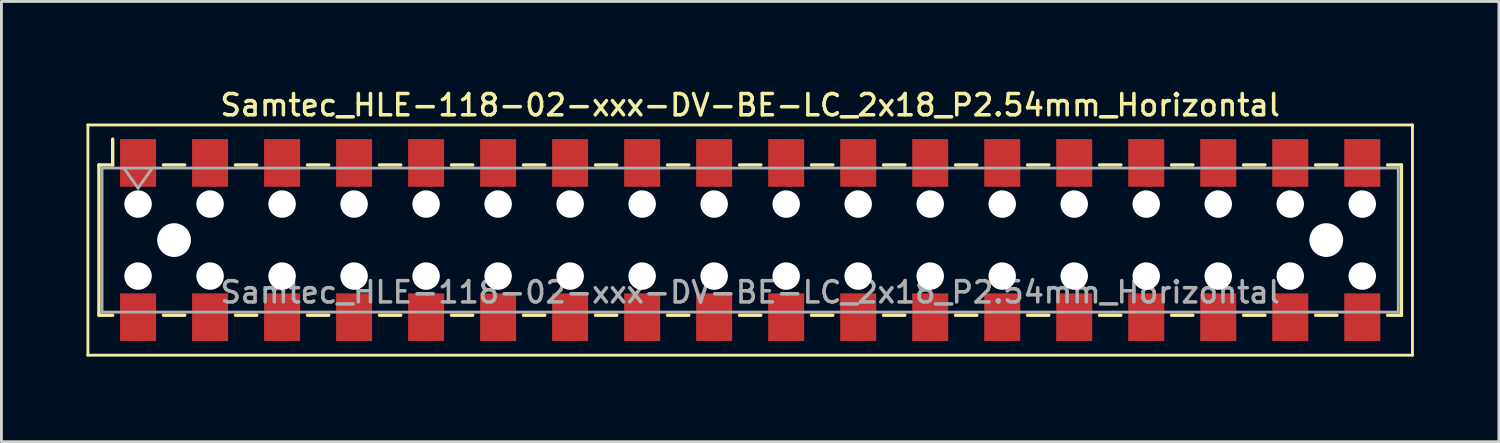
<source format=kicad_pcb>
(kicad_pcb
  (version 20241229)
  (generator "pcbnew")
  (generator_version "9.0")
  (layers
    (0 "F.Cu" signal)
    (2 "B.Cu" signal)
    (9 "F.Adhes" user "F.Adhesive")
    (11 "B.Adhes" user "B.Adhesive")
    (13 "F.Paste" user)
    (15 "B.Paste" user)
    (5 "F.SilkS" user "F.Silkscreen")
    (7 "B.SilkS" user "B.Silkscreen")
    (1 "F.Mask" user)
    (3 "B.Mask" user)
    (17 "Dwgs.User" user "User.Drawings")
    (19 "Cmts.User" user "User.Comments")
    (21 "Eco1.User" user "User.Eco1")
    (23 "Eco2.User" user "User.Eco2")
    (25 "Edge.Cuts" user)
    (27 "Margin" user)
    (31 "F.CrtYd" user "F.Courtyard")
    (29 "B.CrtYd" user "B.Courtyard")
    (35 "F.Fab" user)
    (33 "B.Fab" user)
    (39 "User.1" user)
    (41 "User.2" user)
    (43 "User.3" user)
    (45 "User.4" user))
  (footprint "Samtec_HLE-118-02-xxx-DV-BE-LC_2x18_P2.54mm_Horizontal"
    (layer "F.Cu")
    (at 23.41 5.418)
    (property "Reference" "Samtec_HLE-118-02-xxx-DV-BE-LC_2x18_P2.54mm_Horizontal" (at 0 -4.76 0) (layer "F.SilkS") (effects (font (size 0.75 0.75) (thickness 0.125))))
    (attr smd)
    (fp_line (start -23.36 -4.06) (end 23.36 -4.06) (stroke (width 0.1) (type solid)) (layer "F.SilkS"))
    (fp_line (start -23.36 4.06) (end -23.36 -4.06) (stroke (width 0.1) (type solid)) (layer "F.SilkS"))
    (fp_line (start -22.97 -2.65) (end -22.97 2.65) (stroke (width 0.12) (type solid)) (layer "F.SilkS"))
    (fp_line (start -22.97 2.65) (end -22.485 2.65) (stroke (width 0.12) (type solid)) (layer "F.SilkS"))
    (fp_line (start -22.485 -3.56) (end -22.485 -2.65) (stroke (width 0.12) (type solid)) (layer "F.SilkS"))
    (fp_line (start -22.485 -2.65) (end -22.97 -2.65) (stroke (width 0.12) (type solid)) (layer "F.SilkS"))
    (fp_line (start -20.695 -2.65) (end -19.945 -2.65) (stroke (width 0.12) (type solid)) (layer "F.SilkS"))
    (fp_line (start -20.695 2.65) (end -19.945 2.65) (stroke (width 0.12) (type solid)) (layer "F.SilkS"))
    (fp_line (start -18.155 -2.65) (end -17.405 -2.65) (stroke (width 0.12) (type solid)) (layer "F.SilkS"))
    (fp_line (start -18.155 2.65) (end -17.405 2.65) (stroke (width 0.12) (type solid)) (layer "F.SilkS"))
    (fp_line (start -15.615 -2.65) (end -14.865 -2.65) (stroke (width 0.12) (type solid)) (layer "F.SilkS"))
    (fp_line (start -15.615 2.65) (end -14.865 2.65) (stroke (width 0.12) (type solid)) (layer "F.SilkS"))
    (fp_line (start -13.075 -2.65) (end -12.325 -2.65) (stroke (width 0.12) (type solid)) (layer "F.SilkS"))
    (fp_line (start -13.075 2.65) (end -12.325 2.65) (stroke (width 0.12) (type solid)) (layer "F.SilkS"))
    (fp_line (start -10.535 -2.65) (end -9.785 -2.65) (stroke (width 0.12) (type solid)) (layer "F.SilkS"))
    (fp_line (start -10.535 2.65) (end -9.785 2.65) (stroke (width 0.12) (type solid)) (layer "F.SilkS"))
    (fp_line (start -7.995 -2.65) (end -7.245 -2.65) (stroke (width 0.12) (type solid)) (layer "F.SilkS"))
    (fp_line (start -7.995 2.65) (end -7.245 2.65) (stroke (width 0.12) (type solid)) (layer "F.SilkS"))
    (fp_line (start -5.455 -2.65) (end -4.705 -2.65) (stroke (width 0.12) (type solid)) (layer "F.SilkS"))
    (fp_line (start -5.455 2.65) (end -4.705 2.65) (stroke (width 0.12) (type solid)) (layer "F.SilkS"))
    (fp_line (start -2.915 -2.65) (end -2.165 -2.65) (stroke (width 0.12) (type solid)) (layer "F.SilkS"))
    (fp_line (start -2.915 2.65) (end -2.165 2.65) (stroke (width 0.12) (type solid)) (layer "F.SilkS"))
    (fp_line (start -0.375 -2.65) (end 0.375 -2.65) (stroke (width 0.12) (type solid)) (layer "F.SilkS"))
    (fp_line (start -0.375 2.65) (end 0.375 2.65) (stroke (width 0.12) (type solid)) (layer "F.SilkS"))
    (fp_line (start 2.165 -2.65) (end 2.915 -2.65) (stroke (width 0.12) (type solid)) (layer "F.SilkS"))
    (fp_line (start 2.165 2.65) (end 2.915 2.65) (stroke (width 0.12) (type solid)) (layer "F.SilkS"))
    (fp_line (start 4.705 -2.65) (end 5.455 -2.65) (stroke (width 0.12) (type solid)) (layer "F.SilkS"))
    (fp_line (start 4.705 2.65) (end 5.455 2.65) (stroke (width 0.12) (type solid)) (layer "F.SilkS"))
    (fp_line (start 7.245 -2.65) (end 7.995 -2.65) (stroke (width 0.12) (type solid)) (layer "F.SilkS"))
    (fp_line (start 7.245 2.65) (end 7.995 2.65) (stroke (width 0.12) (type solid)) (layer "F.SilkS"))
    (fp_line (start 9.785 -2.65) (end 10.535 -2.65) (stroke (width 0.12) (type solid)) (layer "F.SilkS"))
    (fp_line (start 9.785 2.65) (end 10.535 2.65) (stroke (width 0.12) (type solid)) (layer "F.SilkS"))
    (fp_line (start 12.325 -2.65) (end 13.075 -2.65) (stroke (width 0.12) (type solid)) (layer "F.SilkS"))
    (fp_line (start 12.325 2.65) (end 13.075 2.65) (stroke (width 0.12) (type solid)) (layer "F.SilkS"))
    (fp_line (start 14.865 -2.65) (end 15.615 -2.65) (stroke (width 0.12) (type solid)) (layer "F.SilkS"))
    (fp_line (start 14.865 2.65) (end 15.615 2.65) (stroke (width 0.12) (type solid)) (layer "F.SilkS"))
    (fp_line (start 17.405 -2.65) (end 18.155 -2.65) (stroke (width 0.12) (type solid)) (layer "F.SilkS"))
    (fp_line (start 17.405 2.65) (end 18.155 2.65) (stroke (width 0.12) (type solid)) (layer "F.SilkS"))
    (fp_line (start 19.945 -2.65) (end 20.695 -2.65) (stroke (width 0.12) (type solid)) (layer "F.SilkS"))
    (fp_line (start 19.945 2.65) (end 20.695 2.65) (stroke (width 0.12) (type solid)) (layer "F.SilkS"))
    (fp_line (start 22.485 -2.65) (end 22.97 -2.65) (stroke (width 0.12) (type solid)) (layer "F.SilkS"))
    (fp_line (start 22.97 -2.65) (end 22.97 2.65) (stroke (width 0.12) (type solid)) (layer "F.SilkS"))
    (fp_line (start 22.97 2.65) (end 22.485 2.65) (stroke (width 0.12) (type solid)) (layer "F.SilkS"))
    (fp_line (start 23.36 -4.06) (end 23.36 4.06) (stroke (width 0.1) (type solid)) (layer "F.SilkS"))
    (fp_line (start 23.36 4.06) (end -23.36 4.06) (stroke (width 0.1) (type solid)) (layer "F.SilkS"))
    (fp_line (start -22.86 -2.54) (end 22.86 -2.54) (stroke (width 0.1) (type solid)) (layer "F.Fab"))
    (fp_line (start -22.86 2.54) (end -22.86 -2.54) (stroke (width 0.1) (type solid)) (layer "F.Fab"))
    (fp_line (start -22.09 -2.54) (end -21.59 -1.833) (stroke (width 0.1) (type solid)) (layer "F.Fab"))
    (fp_line (start -21.59 -1.833) (end -21.09 -2.54) (stroke (width 0.1) (type solid)) (layer "F.Fab"))
    (fp_line (start 22.86 -2.54) (end 22.86 2.54) (stroke (width 0.1) (type solid)) (layer "F.Fab"))
    (fp_line (start 22.86 2.54) (end -22.86 2.54) (stroke (width 0.1) (type solid)) (layer "F.Fab"))
    (fp_text user "${REFERENCE}" (at 0 1.84 0) (layer "F.Fab") (effects (font (size 0.75 0.75) (thickness 0.125))))
    (pad "" np_thru_hole circle (at -21.59 -1.27) (size 0.97 0.97) (drill 0.97) (layers "*.Cu" "*.Mask"))
    (pad "" np_thru_hole circle (at -21.59 1.27) (size 0.97 0.97) (drill 0.97) (layers "*.Cu" "*.Mask"))
    (pad "" np_thru_hole circle (at -20.32 0) (size 1.19 1.19) (drill 1.19) (layers "*.Cu" "*.Mask"))
    (pad "" np_thru_hole circle (at -19.05 -1.27) (size 0.97 0.97) (drill 0.97) (layers "*.Cu" "*.Mask"))
    (pad "" np_thru_hole circle (at -19.05 1.27) (size 0.97 0.97) (drill 0.97) (layers "*.Cu" "*.Mask"))
    (pad "" np_thru_hole circle (at -16.51 -1.27) (size 0.97 0.97) (drill 0.97) (layers "*.Cu" "*.Mask"))
    (pad "" np_thru_hole circle (at -16.51 1.27) (size 0.97 0.97) (drill 0.97) (layers "*.Cu" "*.Mask"))
    (pad "" np_thru_hole circle (at -13.97 -1.27) (size 0.97 0.97) (drill 0.97) (layers "*.Cu" "*.Mask"))
    (pad "" np_thru_hole circle (at -13.97 1.27) (size 0.97 0.97) (drill 0.97) (layers "*.Cu" "*.Mask"))
    (pad "" np_thru_hole circle (at -11.43 -1.27) (size 0.97 0.97) (drill 0.97) (layers "*.Cu" "*.Mask"))
    (pad "" np_thru_hole circle (at -11.43 1.27) (size 0.97 0.97) (drill 0.97) (layers "*.Cu" "*.Mask"))
    (pad "" np_thru_hole circle (at -8.89 -1.27) (size 0.97 0.97) (drill 0.97) (layers "*.Cu" "*.Mask"))
    (pad "" np_thru_hole circle (at -8.89 1.27) (size 0.97 0.97) (drill 0.97) (layers "*.Cu" "*.Mask"))
    (pad "" np_thru_hole circle (at -6.35 -1.27) (size 0.97 0.97) (drill 0.97) (layers "*.Cu" "*.Mask"))
    (pad "" np_thru_hole circle (at -6.35 1.27) (size 0.97 0.97) (drill 0.97) (layers "*.Cu" "*.Mask"))
    (pad "" np_thru_hole circle (at -3.81 -1.27) (size 0.97 0.97) (drill 0.97) (layers "*.Cu" "*.Mask"))
    (pad "" np_thru_hole circle (at -3.81 1.27) (size 0.97 0.97) (drill 0.97) (layers "*.Cu" "*.Mask"))
    (pad "" np_thru_hole circle (at -1.27 -1.27) (size 0.97 0.97) (drill 0.97) (layers "*.Cu" "*.Mask"))
    (pad "" np_thru_hole circle (at -1.27 1.27) (size 0.97 0.97) (drill 0.97) (layers "*.Cu" "*.Mask"))
    (pad "" np_thru_hole circle (at 1.27 -1.27) (size 0.97 0.97) (drill 0.97) (layers "*.Cu" "*.Mask"))
    (pad "" np_thru_hole circle (at 1.27 1.27) (size 0.97 0.97) (drill 0.97) (layers "*.Cu" "*.Mask"))
    (pad "" np_thru_hole circle (at 3.81 -1.27) (size 0.97 0.97) (drill 0.97) (layers "*.Cu" "*.Mask"))
    (pad "" np_thru_hole circle (at 3.81 1.27) (size 0.97 0.97) (drill 0.97) (layers "*.Cu" "*.Mask"))
    (pad "" np_thru_hole circle (at 6.35 -1.27) (size 0.97 0.97) (drill 0.97) (layers "*.Cu" "*.Mask"))
    (pad "" np_thru_hole circle (at 6.35 1.27) (size 0.97 0.97) (drill 0.97) (layers "*.Cu" "*.Mask"))
    (pad "" np_thru_hole circle (at 8.89 -1.27) (size 0.97 0.97) (drill 0.97) (layers "*.Cu" "*.Mask"))
    (pad "" np_thru_hole circle (at 8.89 1.27) (size 0.97 0.97) (drill 0.97) (layers "*.Cu" "*.Mask"))
    (pad "" np_thru_hole circle (at 11.43 -1.27) (size 0.97 0.97) (drill 0.97) (layers "*.Cu" "*.Mask"))
    (pad "" np_thru_hole circle (at 11.43 1.27) (size 0.97 0.97) (drill 0.97) (layers "*.Cu" "*.Mask"))
    (pad "" np_thru_hole circle (at 13.97 -1.27) (size 0.97 0.97) (drill 0.97) (layers "*.Cu" "*.Mask"))
    (pad "" np_thru_hole circle (at 13.97 1.27) (size 0.97 0.97) (drill 0.97) (layers "*.Cu" "*.Mask"))
    (pad "" np_thru_hole circle (at 16.51 -1.27) (size 0.97 0.97) (drill 0.97) (layers "*.Cu" "*.Mask"))
    (pad "" np_thru_hole circle (at 16.51 1.27) (size 0.97 0.97) (drill 0.97) (layers "*.Cu" "*.Mask"))
    (pad "" np_thru_hole circle (at 19.05 -1.27) (size 0.97 0.97) (drill 0.97) (layers "*.Cu" "*.Mask"))
    (pad "" np_thru_hole circle (at 19.05 1.27) (size 0.97 0.97) (drill 0.97) (layers "*.Cu" "*.Mask"))
    (pad "" np_thru_hole circle (at 20.32 0) (size 1.19 1.19) (drill 1.19) (layers "*.Cu" "*.Mask"))
    (pad "" np_thru_hole circle (at 21.59 -1.27) (size 0.97 0.97) (drill 0.97) (layers "*.Cu" "*.Mask"))
    (pad "" np_thru_hole circle (at 21.59 1.27) (size 0.97 0.97) (drill 0.97) (layers "*.Cu" "*.Mask"))
    (pad "1" smd rect (at -21.59 -2.72) (size 1.27 1.68) (layers "F.Cu" "F.Mask" "F.Paste"))
    (pad "2" smd rect (at -21.59 2.72) (size 1.27 1.68) (layers "F.Cu" "F.Mask" "F.Paste"))
    (pad "3" smd rect (at -19.05 -2.72) (size 1.27 1.68) (layers "F.Cu" "F.Mask" "F.Paste"))
    (pad "4" smd rect (at -19.05 2.72) (size 1.27 1.68) (layers "F.Cu" "F.Mask" "F.Paste"))
    (pad "5" smd rect (at -16.51 -2.72) (size 1.27 1.68) (layers "F.Cu" "F.Mask" "F.Paste"))
    (pad "6" smd rect (at -16.51 2.72) (size 1.27 1.68) (layers "F.Cu" "F.Mask" "F.Paste"))
    (pad "7" smd rect (at -13.97 -2.72) (size 1.27 1.68) (layers "F.Cu" "F.Mask" "F.Paste"))
    (pad "8" smd rect (at -13.97 2.72) (size 1.27 1.68) (layers "F.Cu" "F.Mask" "F.Paste"))
    (pad "9" smd rect (at -11.43 -2.72) (size 1.27 1.68) (layers "F.Cu" "F.Mask" "F.Paste"))
    (pad "10" smd rect (at -11.43 2.72) (size 1.27 1.68) (layers "F.Cu" "F.Mask" "F.Paste"))
    (pad "11" smd rect (at -8.89 -2.72) (size 1.27 1.68) (layers "F.Cu" "F.Mask" "F.Paste"))
    (pad "12" smd rect (at -8.89 2.72) (size 1.27 1.68) (layers "F.Cu" "F.Mask" "F.Paste"))
    (pad "13" smd rect (at -6.35 -2.72) (size 1.27 1.68) (layers "F.Cu" "F.Mask" "F.Paste"))
    (pad "14" smd rect (at -6.35 2.72) (size 1.27 1.68) (layers "F.Cu" "F.Mask" "F.Paste"))
    (pad "15" smd rect (at -3.81 -2.72) (size 1.27 1.68) (layers "F.Cu" "F.Mask" "F.Paste"))
    (pad "16" smd rect (at -3.81 2.72) (size 1.27 1.68) (layers "F.Cu" "F.Mask" "F.Paste"))
    (pad "17" smd rect (at -1.27 -2.72) (size 1.27 1.68) (layers "F.Cu" "F.Mask" "F.Paste"))
    (pad "18" smd rect (at -1.27 2.72) (size 1.27 1.68) (layers "F.Cu" "F.Mask" "F.Paste"))
    (pad "19" smd rect (at 1.27 -2.72) (size 1.27 1.68) (layers "F.Cu" "F.Mask" "F.Paste"))
    (pad "20" smd rect (at 1.27 2.72) (size 1.27 1.68) (layers "F.Cu" "F.Mask" "F.Paste"))
    (pad "21" smd rect (at 3.81 -2.72) (size 1.27 1.68) (layers "F.Cu" "F.Mask" "F.Paste"))
    (pad "22" smd rect (at 3.81 2.72) (size 1.27 1.68) (layers "F.Cu" "F.Mask" "F.Paste"))
    (pad "23" smd rect (at 6.35 -2.72) (size 1.27 1.68) (layers "F.Cu" "F.Mask" "F.Paste"))
    (pad "24" smd rect (at 6.35 2.72) (size 1.27 1.68) (layers "F.Cu" "F.Mask" "F.Paste"))
    (pad "25" smd rect (at 8.89 -2.72) (size 1.27 1.68) (layers "F.Cu" "F.Mask" "F.Paste"))
    (pad "26" smd rect (at 8.89 2.72) (size 1.27 1.68) (layers "F.Cu" "F.Mask" "F.Paste"))
    (pad "27" smd rect (at 11.43 -2.72) (size 1.27 1.68) (layers "F.Cu" "F.Mask" "F.Paste"))
    (pad "28" smd rect (at 11.43 2.72) (size 1.27 1.68) (layers "F.Cu" "F.Mask" "F.Paste"))
    (pad "29" smd rect (at 13.97 -2.72) (size 1.27 1.68) (layers "F.Cu" "F.Mask" "F.Paste"))
    (pad "30" smd rect (at 13.97 2.72) (size 1.27 1.68) (layers "F.Cu" "F.Mask" "F.Paste"))
    (pad "31" smd rect (at 16.51 -2.72) (size 1.27 1.68) (layers "F.Cu" "F.Mask" "F.Paste"))
    (pad "32" smd rect (at 16.51 2.72) (size 1.27 1.68) (layers "F.Cu" "F.Mask" "F.Paste"))
    (pad "33" smd rect (at 19.05 -2.72) (size 1.27 1.68) (layers "F.Cu" "F.Mask" "F.Paste"))
    (pad "34" smd rect (at 19.05 2.72) (size 1.27 1.68) (layers "F.Cu" "F.Mask" "F.Paste"))
    (pad "35" smd rect (at 21.59 -2.72) (size 1.27 1.68) (layers "F.Cu" "F.Mask" "F.Paste"))
    (pad "36" smd rect (at 21.59 2.72) (size 1.27 1.68) (layers "F.Cu" "F.Mask" "F.Paste")))
  (gr_rect
    (start -3 -3)
    (end 49.82 12.528)
    (stroke (width 0.1) (type default))
    (fill no)
    (layer "Edge.Cuts")))
</source>
